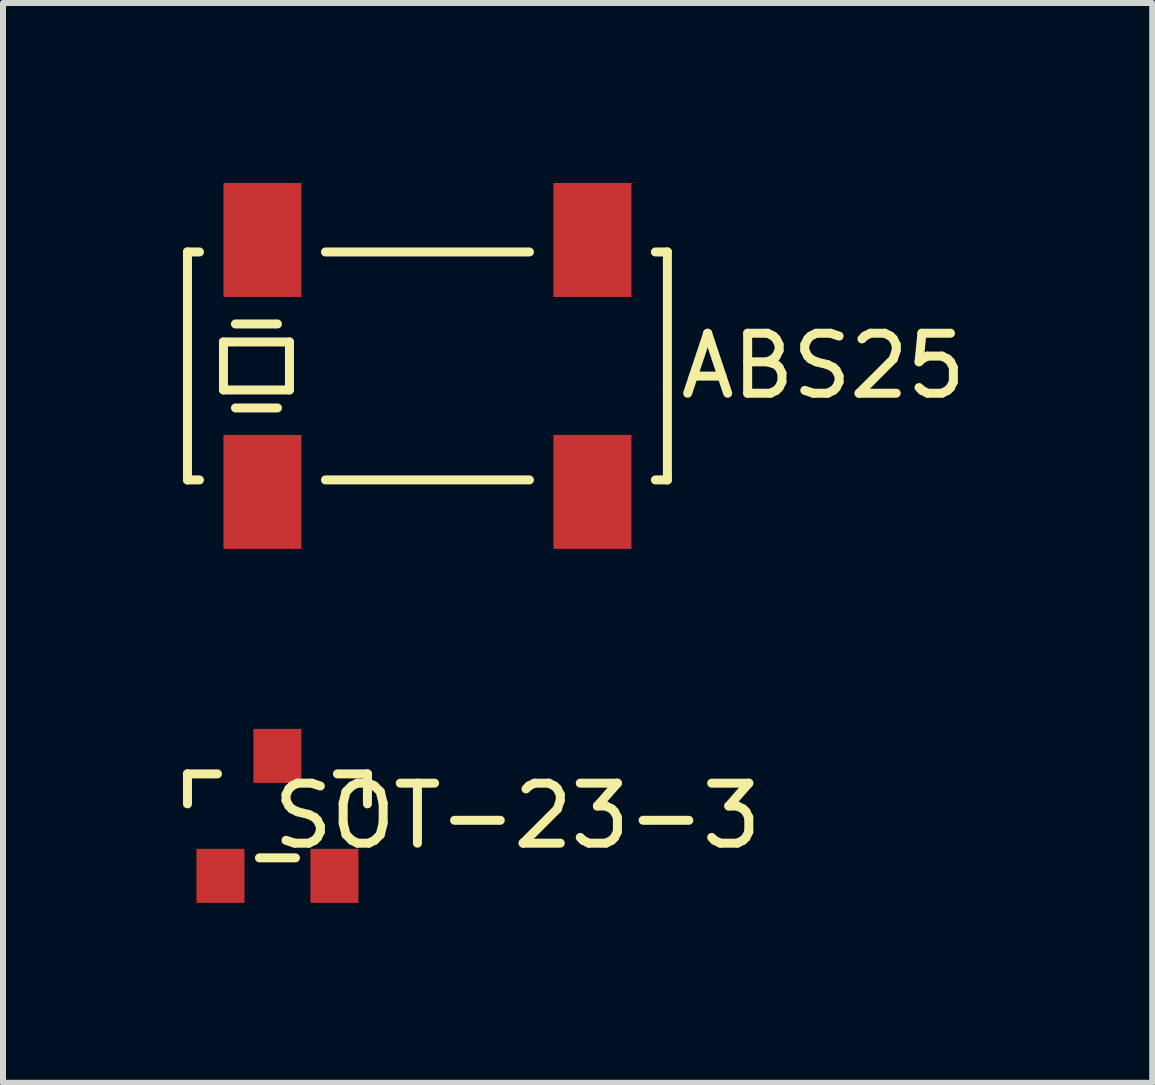
<source format=kicad_pcb>
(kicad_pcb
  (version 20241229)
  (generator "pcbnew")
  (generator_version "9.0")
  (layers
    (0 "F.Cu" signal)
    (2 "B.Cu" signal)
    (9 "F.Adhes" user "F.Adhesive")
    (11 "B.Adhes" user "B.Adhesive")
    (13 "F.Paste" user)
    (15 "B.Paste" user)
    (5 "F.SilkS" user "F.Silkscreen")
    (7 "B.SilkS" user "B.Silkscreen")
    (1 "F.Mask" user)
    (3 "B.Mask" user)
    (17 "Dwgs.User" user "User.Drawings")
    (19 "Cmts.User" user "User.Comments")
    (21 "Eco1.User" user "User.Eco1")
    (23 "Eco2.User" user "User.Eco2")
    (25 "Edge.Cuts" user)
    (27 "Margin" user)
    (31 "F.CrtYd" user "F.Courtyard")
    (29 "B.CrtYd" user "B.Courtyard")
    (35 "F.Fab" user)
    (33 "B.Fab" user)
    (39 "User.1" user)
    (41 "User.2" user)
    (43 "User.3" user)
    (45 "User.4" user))
  (footprint "SOT-23-3"
    (layer "F.Cu")
    (at 1.575 10.55)
    (property "Reference" "SOT-23-3" (at 4 0 0) (layer "F.SilkS") (effects (font (size 1 1) (thickness 0.15))))
    (attr through_hole)
    (fp_line (start -1.5 -0.7) (end -1.5 -0.2) (stroke (width 0.15) (type solid)) (layer "F.SilkS"))
    (fp_line (start -1 -0.7) (end -1.5 -0.7) (stroke (width 0.15) (type solid)) (layer "F.SilkS"))
    (fp_line (start -0.3 0.7) (end 0.3 0.7) (stroke (width 0.15) (type solid)) (layer "F.SilkS"))
    (fp_line (start 1 -0.7) (end 1.5 -0.7) (stroke (width 0.15) (type solid)) (layer "F.SilkS"))
    (fp_line (start 1.5 -0.7) (end 1.5 -0.2) (stroke (width 0.15) (type solid)) (layer "F.SilkS"))
    (pad "1" smd rect (at 0.95 1) (size 0.8 0.9) (layers "F.Cu" "F.Mask" "F.Paste"))
    (pad "2" smd rect (at -0.95 1) (size 0.8 0.9) (layers "F.Cu" "F.Mask" "F.Paste"))
    (pad "3" smd rect (at 0 -1) (size 0.8 0.9) (layers "F.Cu" "F.Mask" "F.Paste")))
  (footprint "ABS25"
    (layer "F.Cu")
    (at 4.075 3.05)
    (property "Reference" "ABS25" (at 6.6 0 0) (layer "F.SilkS") (effects (font (size 1 1) (thickness 0.15))))
    (attr through_hole)
    (fp_line (start -4 -1.9) (end -4 1.9) (stroke (width 0.15) (type solid)) (layer "F.SilkS"))
    (fp_line (start -4 1.9) (end -3.8 1.9) (stroke (width 0.15) (type solid)) (layer "F.SilkS"))
    (fp_line (start -3.8 -1.9) (end -4 -1.9) (stroke (width 0.15) (type solid)) (layer "F.SilkS"))
    (fp_line (start -3.4 -0.4) (end -2.3 -0.4) (stroke (width 0.15) (type solid)) (layer "F.SilkS"))
    (fp_line (start -3.4 0.4) (end -3.4 -0.4) (stroke (width 0.15) (type solid)) (layer "F.SilkS"))
    (fp_line (start -3.2 -0.7) (end -2.5 -0.7) (stroke (width 0.15) (type solid)) (layer "F.SilkS"))
    (fp_line (start -3.2 0.7) (end -2.5 0.7) (stroke (width 0.15) (type solid)) (layer "F.SilkS"))
    (fp_line (start -2.3 -0.4) (end -2.3 0.4) (stroke (width 0.15) (type solid)) (layer "F.SilkS"))
    (fp_line (start -2.3 0.4) (end -3.4 0.4) (stroke (width 0.15) (type solid)) (layer "F.SilkS"))
    (fp_line (start -1.7 -1.9) (end 1.7 -1.9) (stroke (width 0.15) (type solid)) (layer "F.SilkS"))
    (fp_line (start 1.7 1.9) (end -1.7 1.9) (stroke (width 0.15) (type solid)) (layer "F.SilkS"))
    (fp_line (start 3.8 -1.9) (end 4 -1.9) (stroke (width 0.15) (type solid)) (layer "F.SilkS"))
    (fp_line (start 4 -1.9) (end 4 1.9) (stroke (width 0.15) (type solid)) (layer "F.SilkS"))
    (fp_line (start 4 1.9) (end 3.8 1.9) (stroke (width 0.15) (type solid)) (layer "F.SilkS"))
    (pad "" smd rect (at 2.75 -2.1) (size 1.3 1.9) (layers "F.Cu" "F.Mask" "F.Paste"))
    (pad "" smd rect (at 2.75 2.1) (size 1.3 1.9) (layers "F.Cu" "F.Mask" "F.Paste"))
    (pad "1" smd rect (at -2.75 2.1) (size 1.3 1.9) (layers "F.Cu" "F.Mask" "F.Paste"))
    (pad "2" smd rect (at -2.75 -2.1) (size 1.3 1.9) (layers "F.Cu" "F.Mask" "F.Paste")))
  (gr_rect
    (start -3 -3)
    (end 16.157 15)
    (stroke (width 0.1) (type default))
    (fill no)
    (layer "Edge.Cuts")))
</source>
